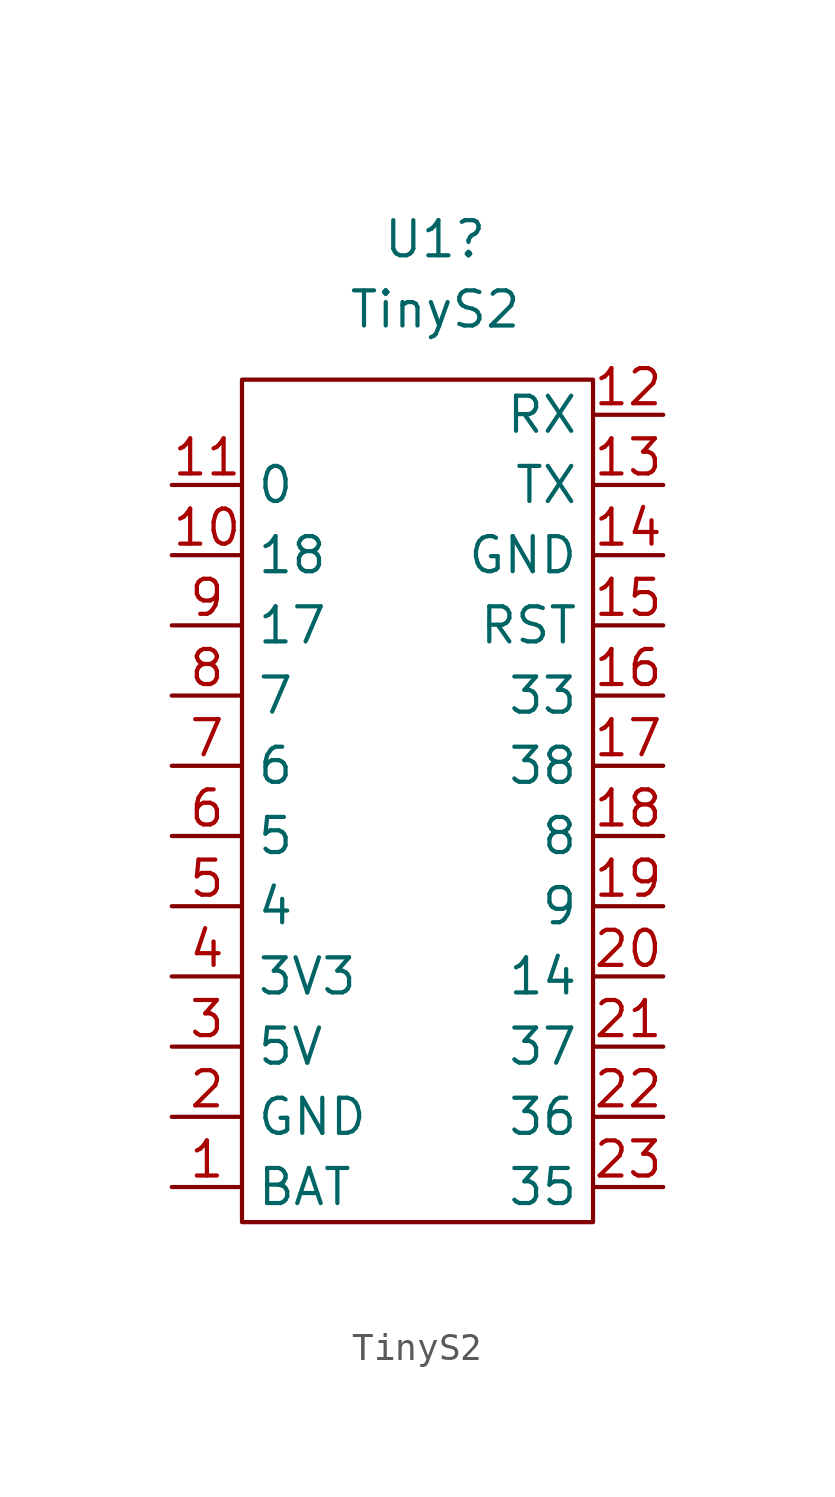
<source format=kicad_sym>
(kicad_symbol_lib
  (version 20211014)
  (generator kicad_symbol_editor)
  (symbol "TinyS2"
    (property "Reference" "U1"
      (at 0.635 20.32 0)
      (effects (font (size 1.27 1.27))))
    (property "Value" "TinyS2"
      (at 0.635 17.78 0)
      (effects (font (size 1.27 1.27))))
    (symbol "TinyS2_0_0"
      (text "" (at -6.35 12.7 0) (effects (font (size 1.27 1.27))))
      (text "" (at 7.62 6.35 0) (effects (font (size 1.27 1.27)))))
    (symbol "TinyS2_0_1"
      (rectangle (start -6.35 15.24) (end 6.35 -15.24) (stroke (width 0) (type default) (color 0 0 0 0)) (fill (type none))))
    (symbol "TinyS2_1_1"
      (pin power_in line (at -8.89 -13.97 0) (length 2.54) (name "BAT" (effects (font (size 1.27 1.27)))) (number "1" (effects (font (size 1.27 1.27)))))
      (pin tri_state line (at -8.89 8.89 0) (length 2.54) (name "18" (effects (font (size 1.27 1.27)))) (number "10" (effects (font (size 1.27 1.27)))))
      (pin tri_state line (at -8.89 11.43 0) (length 2.54) (name "0" (effects (font (size 1.27 1.27)))) (number "11" (effects (font (size 1.27 1.27)))))
      (pin input line (at 8.89 13.97 180) (length 2.54) (name "RX" (effects (font (size 1.27 1.27)))) (number "12" (effects (font (size 1.27 1.27)))))
      (pin output line (at 8.89 11.43 180) (length 2.54) (name "TX" (effects (font (size 1.27 1.27)))) (number "13" (effects (font (size 1.27 1.27)))))
      (pin power_out line (at 8.89 8.89 180) (length 2.54) (name "GND" (effects (font (size 1.27 1.27)))) (number "14" (effects (font (size 1.27 1.27)))))
      (pin input line (at 8.89 6.35 180) (length 2.54) (name "RST" (effects (font (size 1.27 1.27)))) (number "15" (effects (font (size 1.27 1.27)))))
      (pin tri_state line (at 8.89 3.81 180) (length 2.54) (name "33" (effects (font (size 1.27 1.27)))) (number "16" (effects (font (size 1.27 1.27)))))
      (pin tri_state line (at 8.89 1.27 180) (length 2.54) (name "38" (effects (font (size 1.27 1.27)))) (number "17" (effects (font (size 1.27 1.27)))))
      (pin tri_state line (at 8.89 -1.27 180) (length 2.54) (name "8" (effects (font (size 1.27 1.27)))) (number "18" (effects (font (size 1.27 1.27)))))
      (pin tri_state line (at 8.89 -3.81 180) (length 2.54) (name "9" (effects (font (size 1.27 1.27)))) (number "19" (effects (font (size 1.27 1.27)))))
      (pin power_in line (at -8.89 -11.43 0) (length 2.54) (name "GND" (effects (font (size 1.27 1.27)))) (number "2" (effects (font (size 1.27 1.27)))))
      (pin tri_state line (at 8.89 -6.35 180) (length 2.54) (name "14" (effects (font (size 1.27 1.27)))) (number "20" (effects (font (size 1.27 1.27)))))
      (pin tri_state line (at 8.89 -8.89 180) (length 2.54) (name "37" (effects (font (size 1.27 1.27)))) (number "21" (effects (font (size 1.27 1.27)))))
      (pin tri_state line (at 8.89 -11.43 180) (length 2.54) (name "36" (effects (font (size 1.27 1.27)))) (number "22" (effects (font (size 1.27 1.27)))))
      (pin tri_state line (at 8.89 -13.97 180) (length 2.54) (name "35" (effects (font (size 1.27 1.27)))) (number "23" (effects (font (size 1.27 1.27)))))
      (pin power_out line (at -8.89 -8.89 0) (length 2.54) (name "5V" (effects (font (size 1.27 1.27)))) (number "3" (effects (font (size 1.27 1.27)))))
      (pin power_out line (at -8.89 -6.35 0) (length 2.54) (name "3V3" (effects (font (size 1.27 1.27)))) (number "4" (effects (font (size 1.27 1.27)))))
      (pin tri_state line (at -8.89 -3.81 0) (length 2.54) (name "4" (effects (font (size 1.27 1.27)))) (number "5" (effects (font (size 1.27 1.27)))))
      (pin tri_state line (at -8.89 -1.27 0) (length 2.54) (name "5" (effects (font (size 1.27 1.27)))) (number "6" (effects (font (size 1.27 1.27)))))
      (pin tri_state line (at -8.89 1.27 0) (length 2.54) (name "6" (effects (font (size 1.27 1.27)))) (number "7" (effects (font (size 1.27 1.27)))))
      (pin tri_state line (at -8.89 3.81 0) (length 2.54) (name "7" (effects (font (size 1.27 1.27)))) (number "8" (effects (font (size 1.27 1.27)))))
      (pin tri_state line (at -8.89 6.35 0) (length 2.54) (name "17" (effects (font (size 1.27 1.27)))) (number "9" (effects (font (size 1.27 1.27))))))))
</source>
